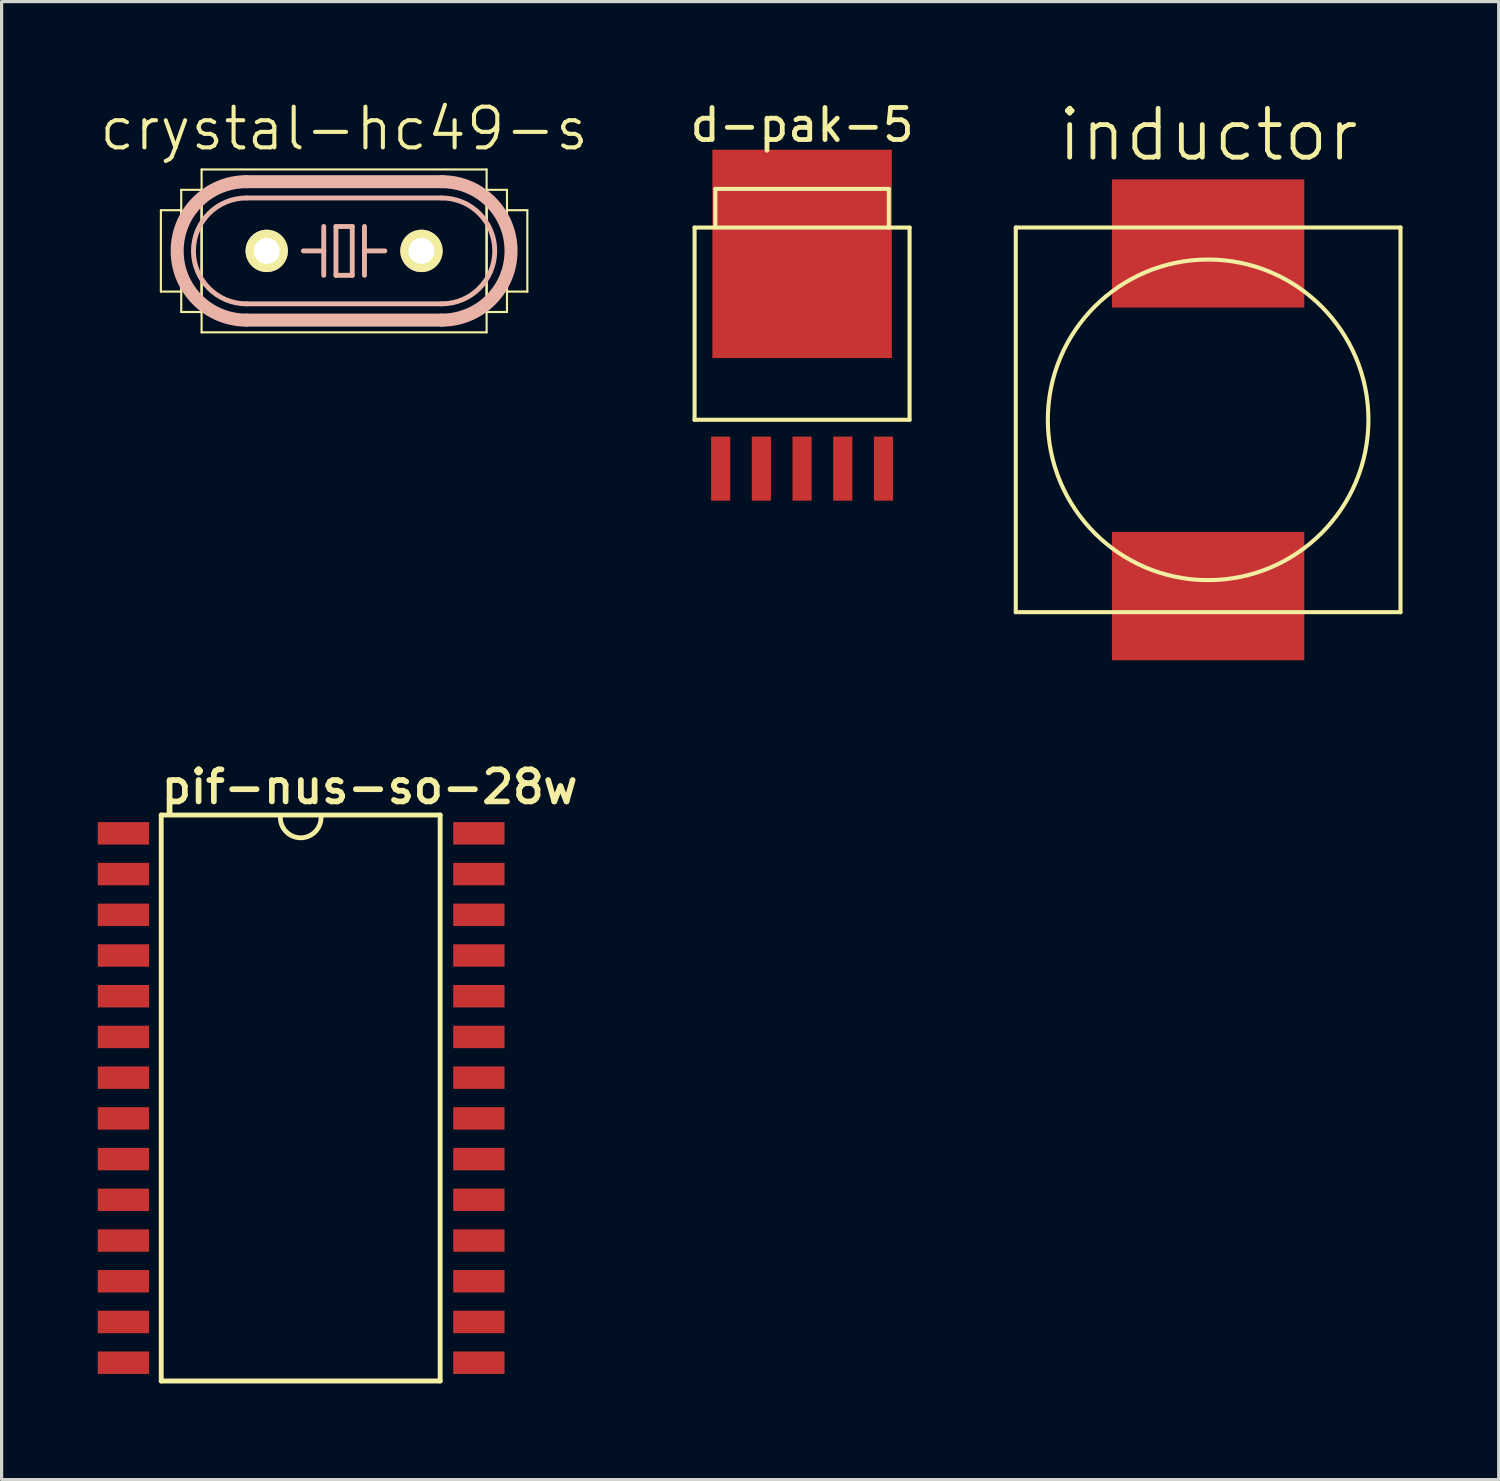
<source format=kicad_pcb>
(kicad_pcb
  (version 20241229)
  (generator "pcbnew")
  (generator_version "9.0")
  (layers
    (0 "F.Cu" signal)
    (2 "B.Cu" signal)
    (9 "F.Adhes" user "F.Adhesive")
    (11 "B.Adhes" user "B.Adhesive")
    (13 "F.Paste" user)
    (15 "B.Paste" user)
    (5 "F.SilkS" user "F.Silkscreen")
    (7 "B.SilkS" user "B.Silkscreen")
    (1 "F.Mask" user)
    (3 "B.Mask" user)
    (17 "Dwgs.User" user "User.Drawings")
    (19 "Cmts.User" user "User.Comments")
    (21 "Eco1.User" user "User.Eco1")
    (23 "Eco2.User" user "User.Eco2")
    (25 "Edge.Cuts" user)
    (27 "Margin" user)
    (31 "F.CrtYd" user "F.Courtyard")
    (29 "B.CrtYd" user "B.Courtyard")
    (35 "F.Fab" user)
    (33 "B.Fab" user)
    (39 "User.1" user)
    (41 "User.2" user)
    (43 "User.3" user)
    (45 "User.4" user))
  (footprint "pif-nus-so-28w"
    (layer "F.Cu")
    (at 6.329 31.21)
    (property "Reference" "pif-nus-so-28w" (at -4.445 -9.131 0) (layer "F.SilkS") (effects (font (size 1 1) (thickness 0.178)) (justify left bottom)))
    (attr through_hole)
    (fp_line (start -4.35 -8.838) (end -4.35 8.815) (stroke (width 0.152) (type solid)) (layer "F.SilkS"))
    (fp_line (start -4.35 8.815) (end 4.35 8.815) (stroke (width 0.152) (type solid)) (layer "F.SilkS"))
    (fp_line (start 4.35 -8.838) (end -4.35 -8.838) (stroke (width 0.152) (type solid)) (layer "F.SilkS"))
    (fp_line (start 4.35 8.815) (end 4.35 -8.838) (stroke (width 0.152) (type solid)) (layer "F.SilkS"))
    (fp_arc (start 0.635 -8.763) (mid 0 -8.128) (end -0.635 -8.763) (stroke (width 0.15) (type solid)) (layer "F.SilkS"))
    (pad "1" smd rect (at -5.529 -8.267 270) (size 0.7 1.6) (layers "F.Cu" "F.Mask" "F.Paste"))
    (pad "2" smd rect (at -5.529 -6.997 270) (size 0.7 1.6) (layers "F.Cu" "F.Mask" "F.Paste"))
    (pad "3" smd rect (at -5.529 -5.726 270) (size 0.7 1.6) (layers "F.Cu" "F.Mask" "F.Paste"))
    (pad "4" smd rect (at -5.529 -4.457 270) (size 0.7 1.6) (layers "F.Cu" "F.Mask" "F.Paste"))
    (pad "5" smd rect (at -5.529 -3.187 270) (size 0.7 1.6) (layers "F.Cu" "F.Mask" "F.Paste"))
    (pad "6" smd rect (at -5.529 -1.917 270) (size 0.7 1.6) (layers "F.Cu" "F.Mask" "F.Paste"))
    (pad "7" smd rect (at -5.529 -0.646 270) (size 0.7 1.6) (layers "F.Cu" "F.Mask" "F.Paste"))
    (pad "8" smd rect (at -5.529 0.624 270) (size 0.7 1.6) (layers "F.Cu" "F.Mask" "F.Paste"))
    (pad "9" smd rect (at -5.529 1.894 270) (size 0.7 1.6) (layers "F.Cu" "F.Mask" "F.Paste"))
    (pad "10" smd rect (at -5.529 3.164 270) (size 0.7 1.6) (layers "F.Cu" "F.Mask" "F.Paste"))
    (pad "11" smd rect (at -5.529 4.434 270) (size 0.7 1.6) (layers "F.Cu" "F.Mask" "F.Paste"))
    (pad "12" smd rect (at -5.529 5.704 270) (size 0.7 1.6) (layers "F.Cu" "F.Mask" "F.Paste"))
    (pad "13" smd rect (at -5.529 6.974 270) (size 0.7 1.6) (layers "F.Cu" "F.Mask" "F.Paste"))
    (pad "14" smd rect (at -5.529 8.244 270) (size 0.7 1.6) (layers "F.Cu" "F.Mask" "F.Paste"))
    (pad "15" smd rect (at 5.558 8.244 270) (size 0.7 1.6) (layers "F.Cu" "F.Mask" "F.Paste"))
    (pad "16" smd rect (at 5.558 6.974 270) (size 0.7 1.6) (layers "F.Cu" "F.Mask" "F.Paste"))
    (pad "17" smd rect (at 5.558 5.704 270) (size 0.7 1.6) (layers "F.Cu" "F.Mask" "F.Paste"))
    (pad "18" smd rect (at 5.558 4.434 270) (size 0.7 1.6) (layers "F.Cu" "F.Mask" "F.Paste"))
    (pad "19" smd rect (at 5.558 3.164 270) (size 0.7 1.6) (layers "F.Cu" "F.Mask" "F.Paste"))
    (pad "20" smd rect (at 5.558 1.894 270) (size 0.7 1.6) (layers "F.Cu" "F.Mask" "F.Paste"))
    (pad "21" smd rect (at 5.558 0.624 270) (size 0.7 1.6) (layers "F.Cu" "F.Mask" "F.Paste"))
    (pad "22" smd rect (at 5.558 -0.646 270) (size 0.7 1.6) (layers "F.Cu" "F.Mask" "F.Paste"))
    (pad "23" smd rect (at 5.558 -1.917 270) (size 0.7 1.6) (layers "F.Cu" "F.Mask" "F.Paste"))
    (pad "24" smd rect (at 5.558 -3.187 270) (size 0.7 1.6) (layers "F.Cu" "F.Mask" "F.Paste"))
    (pad "25" smd rect (at 5.558 -4.457 270) (size 0.7 1.6) (layers "F.Cu" "F.Mask" "F.Paste"))
    (pad "26" smd rect (at 5.558 -5.726 270) (size 0.7 1.6) (layers "F.Cu" "F.Mask" "F.Paste"))
    (pad "27" smd rect (at 5.558 -6.997 270) (size 0.7 1.6) (layers "F.Cu" "F.Mask" "F.Paste"))
    (pad "28" smd rect (at 5.558 -8.267 270) (size 0.7 1.6) (layers "F.Cu" "F.Mask" "F.Paste")))
  (footprint "crystal-hc49-s"
    (layer "F.Cu")
    (at 7.683 4.776)
    (property "Reference" "crystal-hc49-s" (at 0 -3.81 0) (layer "F.SilkS") (effects (font (size 1.27 1.27) (thickness 0.127))))
    (attr exclude_from_pos_files exclude_from_bom)
    (fp_line (start -5.715 -1.27) (end -5.08 -1.27) (stroke (width 0.066) (type solid)) (layer "F.SilkS"))
    (fp_line (start -5.715 1.27) (end -5.715 -1.27) (stroke (width 0.066) (type solid)) (layer "F.SilkS"))
    (fp_line (start -5.715 1.27) (end -5.08 1.27) (stroke (width 0.066) (type solid)) (layer "F.SilkS"))
    (fp_line (start -5.08 -1.905) (end -4.445 -1.905) (stroke (width 0.066) (type solid)) (layer "F.SilkS"))
    (fp_line (start -5.08 1.27) (end -5.08 -1.27) (stroke (width 0.066) (type solid)) (layer "F.SilkS"))
    (fp_line (start -5.08 1.905) (end -5.08 -1.905) (stroke (width 0.066) (type solid)) (layer "F.SilkS"))
    (fp_line (start -5.08 1.905) (end -4.445 1.905) (stroke (width 0.066) (type solid)) (layer "F.SilkS"))
    (fp_line (start -4.445 -2.54) (end 4.445 -2.54) (stroke (width 0.066) (type solid)) (layer "F.SilkS"))
    (fp_line (start -4.445 1.905) (end -4.445 -1.905) (stroke (width 0.066) (type solid)) (layer "F.SilkS"))
    (fp_line (start -4.445 2.54) (end -4.445 -2.54) (stroke (width 0.066) (type solid)) (layer "F.SilkS"))
    (fp_line (start -4.445 2.54) (end 4.445 2.54) (stroke (width 0.066) (type solid)) (layer "F.SilkS"))
    (fp_line (start 4.445 -1.905) (end 5.08 -1.905) (stroke (width 0.066) (type solid)) (layer "F.SilkS"))
    (fp_line (start 4.445 1.905) (end 4.445 -1.905) (stroke (width 0.066) (type solid)) (layer "F.SilkS"))
    (fp_line (start 4.445 1.905) (end 5.08 1.905) (stroke (width 0.066) (type solid)) (layer "F.SilkS"))
    (fp_line (start 4.445 2.54) (end 4.445 -2.54) (stroke (width 0.066) (type solid)) (layer "F.SilkS"))
    (fp_line (start 5.08 -1.27) (end 5.715 -1.27) (stroke (width 0.066) (type solid)) (layer "F.SilkS"))
    (fp_line (start 5.08 1.27) (end 5.08 -1.27) (stroke (width 0.066) (type solid)) (layer "F.SilkS"))
    (fp_line (start 5.08 1.27) (end 5.715 1.27) (stroke (width 0.066) (type solid)) (layer "F.SilkS"))
    (fp_line (start 5.08 1.905) (end 5.08 -1.905) (stroke (width 0.066) (type solid)) (layer "F.SilkS"))
    (fp_line (start 5.715 1.27) (end 5.715 -1.27) (stroke (width 0.066) (type solid)) (layer "F.SilkS"))
    (fp_line (start -3.048 -2.159) (end 3.048 -2.159) (stroke (width 0.406) (type solid)) (layer "B.SilkS"))
    (fp_line (start -3.048 1.651) (end 3.048 1.651) (stroke (width 0.152) (type solid)) (layer "B.SilkS"))
    (fp_line (start -3.048 2.159) (end 3.048 2.159) (stroke (width 0.406) (type solid)) (layer "B.SilkS"))
    (fp_line (start -0.635 -0.762) (end -0.635 0) (stroke (width 0.152) (type solid)) (layer "B.SilkS"))
    (fp_line (start -0.635 0) (end -1.27 0) (stroke (width 0.152) (type solid)) (layer "B.SilkS"))
    (fp_line (start -0.635 0) (end -0.635 0.762) (stroke (width 0.152) (type solid)) (layer "B.SilkS"))
    (fp_line (start -0.254 -0.762) (end 0.254 -0.762) (stroke (width 0.152) (type solid)) (layer "B.SilkS"))
    (fp_line (start -0.254 0.762) (end -0.254 -0.762) (stroke (width 0.152) (type solid)) (layer "B.SilkS"))
    (fp_line (start 0.254 -0.762) (end 0.254 0.762) (stroke (width 0.152) (type solid)) (layer "B.SilkS"))
    (fp_line (start 0.254 0.762) (end -0.254 0.762) (stroke (width 0.152) (type solid)) (layer "B.SilkS"))
    (fp_line (start 0.635 -0.762) (end 0.635 0) (stroke (width 0.152) (type solid)) (layer "B.SilkS"))
    (fp_line (start 0.635 0) (end 0.635 0.762) (stroke (width 0.152) (type solid)) (layer "B.SilkS"))
    (fp_line (start 0.635 0) (end 1.27 0) (stroke (width 0.152) (type solid)) (layer "B.SilkS"))
    (fp_line (start 3.048 -1.651) (end -3.048 -1.651) (stroke (width 0.152) (type solid)) (layer "B.SilkS"))
    (fp_arc (start -3.048 1.651) (mid -4.699 0) (end -3.048 -1.651) (stroke (width 0.1524) (type solid)) (layer "B.SilkS"))
    (fp_arc (start -3.048 2.159) (mid -5.207 0) (end -3.048 -2.159) (stroke (width 0.4064) (type solid)) (layer "B.SilkS"))
    (fp_arc (start 3.048 -2.159) (mid 5.207 0) (end 3.048 2.159) (stroke (width 0.4064) (type solid)) (layer "B.SilkS"))
    (fp_arc (start 3.048 -1.651) (mid 4.699 0) (end 3.048 1.651) (stroke (width 0.1524) (type solid)) (layer "B.SilkS"))
    (pad "1" thru_hole circle (at -2.413 0) (size 1.321 1.321) (drill 0.813) (layers "*.Cu" "F.Mask" "F.SilkS" "F.Paste"))
    (pad "2" thru_hole circle (at 2.413 0) (size 1.321 1.321) (drill 0.813) (layers "*.Cu" "F.Mask" "F.SilkS" "F.Paste")))
  (footprint "d-pak-5"
    (layer "F.Cu")
    (at 21.968 8.468)
    (property "Reference" "d-pak-5" (at 0 -7.62 0) (layer "F.SilkS") (effects (font (size 1 1) (thickness 0.15))))
    (attr through_hole)
    (fp_line (start -3.353 -4.42) (end -3.353 1.575) (stroke (width 0.127) (type solid)) (layer "F.SilkS"))
    (fp_line (start -2.705 -5.626) (end 2.705 -5.626) (stroke (width 0.127) (type solid)) (layer "F.SilkS"))
    (fp_line (start -2.705 -4.432) (end -2.705 -5.626) (stroke (width 0.127) (type solid)) (layer "F.SilkS"))
    (fp_line (start 2.705 -5.626) (end 2.705 -4.42) (stroke (width 0.127) (type solid)) (layer "F.SilkS"))
    (fp_line (start 3.353 -4.42) (end -3.353 -4.42) (stroke (width 0.127) (type solid)) (layer "F.SilkS"))
    (fp_line (start 3.353 1.575) (end -3.353 1.575) (stroke (width 0.127) (type solid)) (layer "F.SilkS"))
    (fp_line (start 3.353 1.575) (end 3.353 -4.42) (stroke (width 0.127) (type solid)) (layer "F.SilkS"))
    (pad "1" smd rect (at -2.54 3.099) (size 0.597 1.999) (layers "F.Cu" "F.Mask" "F.Paste"))
    (pad "2" smd rect (at -1.27 3.099) (size 0.597 1.999) (layers "F.Cu" "F.Mask" "F.Paste"))
    (pad "3" smd rect (at 0 -3.599) (size 5.598 6.5) (layers "F.Cu" "F.Mask" "F.Paste"))
    (pad "3" smd rect (at 0 3.099) (size 0.597 1.999) (layers "F.Cu" "F.Mask" "F.Paste"))
    (pad "4" smd rect (at 1.27 3.099) (size 0.597 1.999) (layers "F.Cu" "F.Mask" "F.Paste"))
    (pad "5" smd rect (at 2.54 3.099) (size 0.597 1.999) (layers "F.Cu" "F.Mask" "F.Paste")))
  (footprint "inductor"
    (layer "F.Cu")
    (at 34.633 10.045)
    (property "Reference" "inductor" (at 0 -8.89 0) (layer "F.SilkS") (effects (font (size 1.524 1.524) (thickness 0.15))))
    (attr through_hole)
    (fp_line (start -6 -6) (end 6 -6) (stroke (width 0.127) (type solid)) (layer "F.SilkS"))
    (fp_line (start -6 6) (end -6 -6) (stroke (width 0.127) (type solid)) (layer "F.SilkS"))
    (fp_line (start 6 -6) (end 6 6) (stroke (width 0.127) (type solid)) (layer "F.SilkS"))
    (fp_line (start 6 6) (end -6 6) (stroke (width 0.127) (type solid)) (layer "F.SilkS"))
    (fp_circle (center 0 0) (end 5 0) (stroke (width 0.127) (type solid)) (fill no) (layer "F.SilkS"))
    (pad "1" smd rect (at -0.000063 -5.5) (size 6 4) (layers "F.Cu" "F.Mask" "F.Paste"))
    (pad "2" smd rect (at -0.000063 5.5) (size 6 4) (layers "F.Cu" "F.Mask" "F.Paste")))
  (gr_rect
    (start -3 -3)
    (end 43.696 43.101)
    (stroke (width 0.1) (type default))
    (fill no)
    (layer "Edge.Cuts")))
</source>
